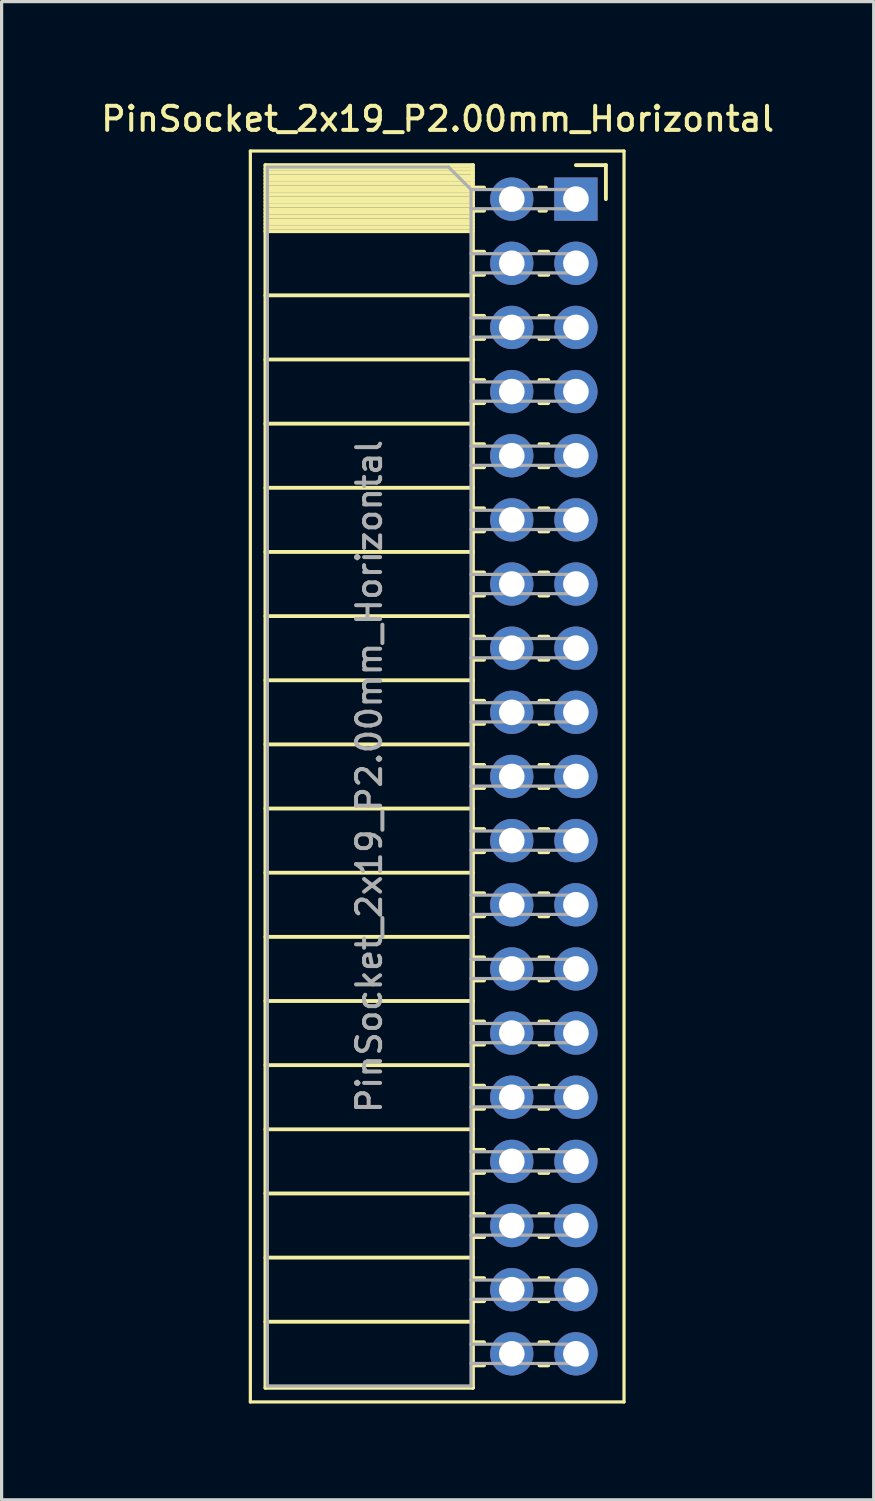
<source format=kicad_pcb>
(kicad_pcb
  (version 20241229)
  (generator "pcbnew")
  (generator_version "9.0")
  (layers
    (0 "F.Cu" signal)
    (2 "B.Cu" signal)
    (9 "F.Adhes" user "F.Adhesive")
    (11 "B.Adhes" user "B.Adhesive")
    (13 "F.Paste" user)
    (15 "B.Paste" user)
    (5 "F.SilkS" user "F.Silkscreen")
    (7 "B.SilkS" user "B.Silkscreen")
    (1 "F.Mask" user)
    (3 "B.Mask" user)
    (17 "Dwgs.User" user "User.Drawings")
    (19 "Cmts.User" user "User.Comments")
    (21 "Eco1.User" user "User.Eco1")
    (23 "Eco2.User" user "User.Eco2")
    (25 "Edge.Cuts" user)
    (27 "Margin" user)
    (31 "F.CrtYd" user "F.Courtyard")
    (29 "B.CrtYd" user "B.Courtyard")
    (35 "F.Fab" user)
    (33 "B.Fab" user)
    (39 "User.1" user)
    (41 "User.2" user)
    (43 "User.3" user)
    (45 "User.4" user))
  (footprint "PinSocket_2x19_P2.00mm_Horizontal"
    (layer "F.Cu")
    (at 14.905 3.158)
    (property "Reference" "PinSocket_2x19_P2.00mm_Horizontal" (at -4.31 -2.5 0) (layer "F.SilkS") (effects (font (size 0.75 0.75) (thickness 0.125))))
    (attr through_hole)
    (fp_line (start -10.15 -1.5) (end -10.15 37.5) (stroke (width 0.1) (type solid)) (layer "F.SilkS"))
    (fp_line (start -10.15 37.5) (end 1.5 37.5) (stroke (width 0.1) (type solid)) (layer "F.SilkS"))
    (fp_line (start -9.68 -1.06) (end -9.68 37.06) (stroke (width 0.12) (type solid)) (layer "F.SilkS"))
    (fp_line (start -9.68 -1.06) (end -3.21 -1.06) (stroke (width 0.12) (type solid)) (layer "F.SilkS"))
    (fp_line (start -9.68 -0.94) (end -3.21 -0.94) (stroke (width 0.12) (type solid)) (layer "F.SilkS"))
    (fp_line (start -9.68 -0.826) (end -3.21 -0.826) (stroke (width 0.12) (type solid)) (layer "F.SilkS"))
    (fp_line (start -9.68 -0.712) (end -3.21 -0.712) (stroke (width 0.12) (type solid)) (layer "F.SilkS"))
    (fp_line (start -9.68 -0.598) (end -3.21 -0.598) (stroke (width 0.12) (type solid)) (layer "F.SilkS"))
    (fp_line (start -9.68 -0.484) (end -3.21 -0.484) (stroke (width 0.12) (type solid)) (layer "F.SilkS"))
    (fp_line (start -9.68 -0.369) (end -3.21 -0.369) (stroke (width 0.12) (type solid)) (layer "F.SilkS"))
    (fp_line (start -9.68 -0.255) (end -3.21 -0.255) (stroke (width 0.12) (type solid)) (layer "F.SilkS"))
    (fp_line (start -9.68 -0.141) (end -3.21 -0.141) (stroke (width 0.12) (type solid)) (layer "F.SilkS"))
    (fp_line (start -9.68 -0.027) (end -3.21 -0.027) (stroke (width 0.12) (type solid)) (layer "F.SilkS"))
    (fp_line (start -9.68 0.087) (end -3.21 0.087) (stroke (width 0.12) (type solid)) (layer "F.SilkS"))
    (fp_line (start -9.68 0.201) (end -3.21 0.201) (stroke (width 0.12) (type solid)) (layer "F.SilkS"))
    (fp_line (start -9.68 0.315) (end -3.21 0.315) (stroke (width 0.12) (type solid)) (layer "F.SilkS"))
    (fp_line (start -9.68 0.429) (end -3.21 0.429) (stroke (width 0.12) (type solid)) (layer "F.SilkS"))
    (fp_line (start -9.68 0.544) (end -3.21 0.544) (stroke (width 0.12) (type solid)) (layer "F.SilkS"))
    (fp_line (start -9.68 0.658) (end -3.21 0.658) (stroke (width 0.12) (type solid)) (layer "F.SilkS"))
    (fp_line (start -9.68 0.772) (end -3.21 0.772) (stroke (width 0.12) (type solid)) (layer "F.SilkS"))
    (fp_line (start -9.68 0.886) (end -3.21 0.886) (stroke (width 0.12) (type solid)) (layer "F.SilkS"))
    (fp_line (start -9.68 1) (end -3.21 1) (stroke (width 0.12) (type solid)) (layer "F.SilkS"))
    (fp_line (start -9.68 3) (end -3.21 3) (stroke (width 0.12) (type solid)) (layer "F.SilkS"))
    (fp_line (start -9.68 5) (end -3.21 5) (stroke (width 0.12) (type solid)) (layer "F.SilkS"))
    (fp_line (start -9.68 7) (end -3.21 7) (stroke (width 0.12) (type solid)) (layer "F.SilkS"))
    (fp_line (start -9.68 9) (end -3.21 9) (stroke (width 0.12) (type solid)) (layer "F.SilkS"))
    (fp_line (start -9.68 11) (end -3.21 11) (stroke (width 0.12) (type solid)) (layer "F.SilkS"))
    (fp_line (start -9.68 13) (end -3.21 13) (stroke (width 0.12) (type solid)) (layer "F.SilkS"))
    (fp_line (start -9.68 15) (end -3.21 15) (stroke (width 0.12) (type solid)) (layer "F.SilkS"))
    (fp_line (start -9.68 17) (end -3.21 17) (stroke (width 0.12) (type solid)) (layer "F.SilkS"))
    (fp_line (start -9.68 19) (end -3.21 19) (stroke (width 0.12) (type solid)) (layer "F.SilkS"))
    (fp_line (start -9.68 21) (end -3.21 21) (stroke (width 0.12) (type solid)) (layer "F.SilkS"))
    (fp_line (start -9.68 23) (end -3.21 23) (stroke (width 0.12) (type solid)) (layer "F.SilkS"))
    (fp_line (start -9.68 25) (end -3.21 25) (stroke (width 0.12) (type solid)) (layer "F.SilkS"))
    (fp_line (start -9.68 27) (end -3.21 27) (stroke (width 0.12) (type solid)) (layer "F.SilkS"))
    (fp_line (start -9.68 29) (end -3.21 29) (stroke (width 0.12) (type solid)) (layer "F.SilkS"))
    (fp_line (start -9.68 31) (end -3.21 31) (stroke (width 0.12) (type solid)) (layer "F.SilkS"))
    (fp_line (start -9.68 33) (end -3.21 33) (stroke (width 0.12) (type solid)) (layer "F.SilkS"))
    (fp_line (start -9.68 35) (end -3.21 35) (stroke (width 0.12) (type solid)) (layer "F.SilkS"))
    (fp_line (start -9.68 37.06) (end -3.21 37.06) (stroke (width 0.12) (type solid)) (layer "F.SilkS"))
    (fp_line (start -3.21 -1.06) (end -3.21 37.06) (stroke (width 0.12) (type solid)) (layer "F.SilkS"))
    (fp_line (start -3.21 -0.36) (end -2.863 -0.36) (stroke (width 0.12) (type solid)) (layer "F.SilkS"))
    (fp_line (start -3.21 0.36) (end -2.863 0.36) (stroke (width 0.12) (type solid)) (layer "F.SilkS"))
    (fp_line (start -3.21 1.64) (end -2.863 1.64) (stroke (width 0.12) (type solid)) (layer "F.SilkS"))
    (fp_line (start -3.21 2.36) (end -2.863 2.36) (stroke (width 0.12) (type solid)) (layer "F.SilkS"))
    (fp_line (start -3.21 3.64) (end -2.863 3.64) (stroke (width 0.12) (type solid)) (layer "F.SilkS"))
    (fp_line (start -3.21 4.36) (end -2.863 4.36) (stroke (width 0.12) (type solid)) (layer "F.SilkS"))
    (fp_line (start -3.21 5.64) (end -2.863 5.64) (stroke (width 0.12) (type solid)) (layer "F.SilkS"))
    (fp_line (start -3.21 6.36) (end -2.863 6.36) (stroke (width 0.12) (type solid)) (layer "F.SilkS"))
    (fp_line (start -3.21 7.64) (end -2.863 7.64) (stroke (width 0.12) (type solid)) (layer "F.SilkS"))
    (fp_line (start -3.21 8.36) (end -2.863 8.36) (stroke (width 0.12) (type solid)) (layer "F.SilkS"))
    (fp_line (start -3.21 9.64) (end -2.863 9.64) (stroke (width 0.12) (type solid)) (layer "F.SilkS"))
    (fp_line (start -3.21 10.36) (end -2.863 10.36) (stroke (width 0.12) (type solid)) (layer "F.SilkS"))
    (fp_line (start -3.21 11.64) (end -2.863 11.64) (stroke (width 0.12) (type solid)) (layer "F.SilkS"))
    (fp_line (start -3.21 12.36) (end -2.863 12.36) (stroke (width 0.12) (type solid)) (layer "F.SilkS"))
    (fp_line (start -3.21 13.64) (end -2.863 13.64) (stroke (width 0.12) (type solid)) (layer "F.SilkS"))
    (fp_line (start -3.21 14.36) (end -2.863 14.36) (stroke (width 0.12) (type solid)) (layer "F.SilkS"))
    (fp_line (start -3.21 15.64) (end -2.863 15.64) (stroke (width 0.12) (type solid)) (layer "F.SilkS"))
    (fp_line (start -3.21 16.36) (end -2.863 16.36) (stroke (width 0.12) (type solid)) (layer "F.SilkS"))
    (fp_line (start -3.21 17.64) (end -2.863 17.64) (stroke (width 0.12) (type solid)) (layer "F.SilkS"))
    (fp_line (start -3.21 18.36) (end -2.863 18.36) (stroke (width 0.12) (type solid)) (layer "F.SilkS"))
    (fp_line (start -3.21 19.64) (end -2.863 19.64) (stroke (width 0.12) (type solid)) (layer "F.SilkS"))
    (fp_line (start -3.21 20.36) (end -2.863 20.36) (stroke (width 0.12) (type solid)) (layer "F.SilkS"))
    (fp_line (start -3.21 21.64) (end -2.863 21.64) (stroke (width 0.12) (type solid)) (layer "F.SilkS"))
    (fp_line (start -3.21 22.36) (end -2.863 22.36) (stroke (width 0.12) (type solid)) (layer "F.SilkS"))
    (fp_line (start -3.21 23.64) (end -2.863 23.64) (stroke (width 0.12) (type solid)) (layer "F.SilkS"))
    (fp_line (start -3.21 24.36) (end -2.863 24.36) (stroke (width 0.12) (type solid)) (layer "F.SilkS"))
    (fp_line (start -3.21 25.64) (end -2.863 25.64) (stroke (width 0.12) (type solid)) (layer "F.SilkS"))
    (fp_line (start -3.21 26.36) (end -2.863 26.36) (stroke (width 0.12) (type solid)) (layer "F.SilkS"))
    (fp_line (start -3.21 27.64) (end -2.863 27.64) (stroke (width 0.12) (type solid)) (layer "F.SilkS"))
    (fp_line (start -3.21 28.36) (end -2.863 28.36) (stroke (width 0.12) (type solid)) (layer "F.SilkS"))
    (fp_line (start -3.21 29.64) (end -2.863 29.64) (stroke (width 0.12) (type solid)) (layer "F.SilkS"))
    (fp_line (start -3.21 30.36) (end -2.863 30.36) (stroke (width 0.12) (type solid)) (layer "F.SilkS"))
    (fp_line (start -3.21 31.64) (end -2.863 31.64) (stroke (width 0.12) (type solid)) (layer "F.SilkS"))
    (fp_line (start -3.21 32.36) (end -2.863 32.36) (stroke (width 0.12) (type solid)) (layer "F.SilkS"))
    (fp_line (start -3.21 33.64) (end -2.863 33.64) (stroke (width 0.12) (type solid)) (layer "F.SilkS"))
    (fp_line (start -3.21 34.36) (end -2.863 34.36) (stroke (width 0.12) (type solid)) (layer "F.SilkS"))
    (fp_line (start -3.21 35.64) (end -2.863 35.64) (stroke (width 0.12) (type solid)) (layer "F.SilkS"))
    (fp_line (start -3.21 36.36) (end -2.863 36.36) (stroke (width 0.12) (type solid)) (layer "F.SilkS"))
    (fp_line (start -1.137 -0.36) (end -0.935 -0.36) (stroke (width 0.12) (type solid)) (layer "F.SilkS"))
    (fp_line (start -1.137 0.36) (end -0.935 0.36) (stroke (width 0.12) (type solid)) (layer "F.SilkS"))
    (fp_line (start -1.137 1.64) (end -0.863 1.64) (stroke (width 0.12) (type solid)) (layer "F.SilkS"))
    (fp_line (start -1.137 2.36) (end -0.863 2.36) (stroke (width 0.12) (type solid)) (layer "F.SilkS"))
    (fp_line (start -1.137 3.64) (end -0.863 3.64) (stroke (width 0.12) (type solid)) (layer "F.SilkS"))
    (fp_line (start -1.137 4.36) (end -0.863 4.36) (stroke (width 0.12) (type solid)) (layer "F.SilkS"))
    (fp_line (start -1.137 5.64) (end -0.863 5.64) (stroke (width 0.12) (type solid)) (layer "F.SilkS"))
    (fp_line (start -1.137 6.36) (end -0.863 6.36) (stroke (width 0.12) (type solid)) (layer "F.SilkS"))
    (fp_line (start -1.137 7.64) (end -0.863 7.64) (stroke (width 0.12) (type solid)) (layer "F.SilkS"))
    (fp_line (start -1.137 8.36) (end -0.863 8.36) (stroke (width 0.12) (type solid)) (layer "F.SilkS"))
    (fp_line (start -1.137 9.64) (end -0.863 9.64) (stroke (width 0.12) (type solid)) (layer "F.SilkS"))
    (fp_line (start -1.137 10.36) (end -0.863 10.36) (stroke (width 0.12) (type solid)) (layer "F.SilkS"))
    (fp_line (start -1.137 11.64) (end -0.863 11.64) (stroke (width 0.12) (type solid)) (layer "F.SilkS"))
    (fp_line (start -1.137 12.36) (end -0.863 12.36) (stroke (width 0.12) (type solid)) (layer "F.SilkS"))
    (fp_line (start -1.137 13.64) (end -0.863 13.64) (stroke (width 0.12) (type solid)) (layer "F.SilkS"))
    (fp_line (start -1.137 14.36) (end -0.863 14.36) (stroke (width 0.12) (type solid)) (layer "F.SilkS"))
    (fp_line (start -1.137 15.64) (end -0.863 15.64) (stroke (width 0.12) (type solid)) (layer "F.SilkS"))
    (fp_line (start -1.137 16.36) (end -0.863 16.36) (stroke (width 0.12) (type solid)) (layer "F.SilkS"))
    (fp_line (start -1.137 17.64) (end -0.863 17.64) (stroke (width 0.12) (type solid)) (layer "F.SilkS"))
    (fp_line (start -1.137 18.36) (end -0.863 18.36) (stroke (width 0.12) (type solid)) (layer "F.SilkS"))
    (fp_line (start -1.137 19.64) (end -0.863 19.64) (stroke (width 0.12) (type solid)) (layer "F.SilkS"))
    (fp_line (start -1.137 20.36) (end -0.863 20.36) (stroke (width 0.12) (type solid)) (layer "F.SilkS"))
    (fp_line (start -1.137 21.64) (end -0.863 21.64) (stroke (width 0.12) (type solid)) (layer "F.SilkS"))
    (fp_line (start -1.137 22.36) (end -0.863 22.36) (stroke (width 0.12) (type solid)) (layer "F.SilkS"))
    (fp_line (start -1.137 23.64) (end -0.863 23.64) (stroke (width 0.12) (type solid)) (layer "F.SilkS"))
    (fp_line (start -1.137 24.36) (end -0.863 24.36) (stroke (width 0.12) (type solid)) (layer "F.SilkS"))
    (fp_line (start -1.137 25.64) (end -0.863 25.64) (stroke (width 0.12) (type solid)) (layer "F.SilkS"))
    (fp_line (start -1.137 26.36) (end -0.863 26.36) (stroke (width 0.12) (type solid)) (layer "F.SilkS"))
    (fp_line (start -1.137 27.64) (end -0.863 27.64) (stroke (width 0.12) (type solid)) (layer "F.SilkS"))
    (fp_line (start -1.137 28.36) (end -0.863 28.36) (stroke (width 0.12) (type solid)) (layer "F.SilkS"))
    (fp_line (start -1.137 29.64) (end -0.863 29.64) (stroke (width 0.12) (type solid)) (layer "F.SilkS"))
    (fp_line (start -1.137 30.36) (end -0.863 30.36) (stroke (width 0.12) (type solid)) (layer "F.SilkS"))
    (fp_line (start -1.137 31.64) (end -0.863 31.64) (stroke (width 0.12) (type solid)) (layer "F.SilkS"))
    (fp_line (start -1.137 32.36) (end -0.863 32.36) (stroke (width 0.12) (type solid)) (layer "F.SilkS"))
    (fp_line (start -1.137 33.64) (end -0.863 33.64) (stroke (width 0.12) (type solid)) (layer "F.SilkS"))
    (fp_line (start -1.137 34.36) (end -0.863 34.36) (stroke (width 0.12) (type solid)) (layer "F.SilkS"))
    (fp_line (start -1.137 35.64) (end -0.863 35.64) (stroke (width 0.12) (type solid)) (layer "F.SilkS"))
    (fp_line (start -1.137 36.36) (end -0.863 36.36) (stroke (width 0.12) (type solid)) (layer "F.SilkS"))
    (fp_line (start 0 -1.06) (end 0.935 -1.06) (stroke (width 0.12) (type solid)) (layer "F.SilkS"))
    (fp_line (start 0.935 -1.06) (end 0.935 0) (stroke (width 0.12) (type solid)) (layer "F.SilkS"))
    (fp_line (start 1.5 -1.5) (end -10.15 -1.5) (stroke (width 0.1) (type solid)) (layer "F.SilkS"))
    (fp_line (start 1.5 37.5) (end 1.5 -1.5) (stroke (width 0.1) (type solid)) (layer "F.SilkS"))
    (fp_line (start -9.62 -1) (end -3.97 -1) (stroke (width 0.1) (type solid)) (layer "F.Fab"))
    (fp_line (start -9.62 37) (end -9.62 -1) (stroke (width 0.1) (type solid)) (layer "F.Fab"))
    (fp_line (start -3.97 -1) (end -3.27 -0.3) (stroke (width 0.1) (type solid)) (layer "F.Fab"))
    (fp_line (start -3.27 -0.3) (end -3.27 37) (stroke (width 0.1) (type solid)) (layer "F.Fab"))
    (fp_line (start -3.27 0.3) (end 0 0.3) (stroke (width 0.1) (type solid)) (layer "F.Fab"))
    (fp_line (start -3.27 2.3) (end 0 2.3) (stroke (width 0.1) (type solid)) (layer "F.Fab"))
    (fp_line (start -3.27 4.3) (end 0 4.3) (stroke (width 0.1) (type solid)) (layer "F.Fab"))
    (fp_line (start -3.27 6.3) (end 0 6.3) (stroke (width 0.1) (type solid)) (layer "F.Fab"))
    (fp_line (start -3.27 8.3) (end 0 8.3) (stroke (width 0.1) (type solid)) (layer "F.Fab"))
    (fp_line (start -3.27 10.3) (end 0 10.3) (stroke (width 0.1) (type solid)) (layer "F.Fab"))
    (fp_line (start -3.27 12.3) (end 0 12.3) (stroke (width 0.1) (type solid)) (layer "F.Fab"))
    (fp_line (start -3.27 14.3) (end 0 14.3) (stroke (width 0.1) (type solid)) (layer "F.Fab"))
    (fp_line (start -3.27 16.3) (end 0 16.3) (stroke (width 0.1) (type solid)) (layer "F.Fab"))
    (fp_line (start -3.27 18.3) (end 0 18.3) (stroke (width 0.1) (type solid)) (layer "F.Fab"))
    (fp_line (start -3.27 20.3) (end 0 20.3) (stroke (width 0.1) (type solid)) (layer "F.Fab"))
    (fp_line (start -3.27 22.3) (end 0 22.3) (stroke (width 0.1) (type solid)) (layer "F.Fab"))
    (fp_line (start -3.27 24.3) (end 0 24.3) (stroke (width 0.1) (type solid)) (layer "F.Fab"))
    (fp_line (start -3.27 26.3) (end 0 26.3) (stroke (width 0.1) (type solid)) (layer "F.Fab"))
    (fp_line (start -3.27 28.3) (end 0 28.3) (stroke (width 0.1) (type solid)) (layer "F.Fab"))
    (fp_line (start -3.27 30.3) (end 0 30.3) (stroke (width 0.1) (type solid)) (layer "F.Fab"))
    (fp_line (start -3.27 32.3) (end 0 32.3) (stroke (width 0.1) (type solid)) (layer "F.Fab"))
    (fp_line (start -3.27 34.3) (end 0 34.3) (stroke (width 0.1) (type solid)) (layer "F.Fab"))
    (fp_line (start -3.27 36.3) (end 0 36.3) (stroke (width 0.1) (type solid)) (layer "F.Fab"))
    (fp_line (start -3.27 37) (end -9.62 37) (stroke (width 0.1) (type solid)) (layer "F.Fab"))
    (fp_line (start 0 -0.3) (end -3.27 -0.3) (stroke (width 0.1) (type solid)) (layer "F.Fab"))
    (fp_line (start 0 0.3) (end 0 -0.3) (stroke (width 0.1) (type solid)) (layer "F.Fab"))
    (fp_line (start 0 1.7) (end -3.27 1.7) (stroke (width 0.1) (type solid)) (layer "F.Fab"))
    (fp_line (start 0 2.3) (end 0 1.7) (stroke (width 0.1) (type solid)) (layer "F.Fab"))
    (fp_line (start 0 3.7) (end -3.27 3.7) (stroke (width 0.1) (type solid)) (layer "F.Fab"))
    (fp_line (start 0 4.3) (end 0 3.7) (stroke (width 0.1) (type solid)) (layer "F.Fab"))
    (fp_line (start 0 5.7) (end -3.27 5.7) (stroke (width 0.1) (type solid)) (layer "F.Fab"))
    (fp_line (start 0 6.3) (end 0 5.7) (stroke (width 0.1) (type solid)) (layer "F.Fab"))
    (fp_line (start 0 7.7) (end -3.27 7.7) (stroke (width 0.1) (type solid)) (layer "F.Fab"))
    (fp_line (start 0 8.3) (end 0 7.7) (stroke (width 0.1) (type solid)) (layer "F.Fab"))
    (fp_line (start 0 9.7) (end -3.27 9.7) (stroke (width 0.1) (type solid)) (layer "F.Fab"))
    (fp_line (start 0 10.3) (end 0 9.7) (stroke (width 0.1) (type solid)) (layer "F.Fab"))
    (fp_line (start 0 11.7) (end -3.27 11.7) (stroke (width 0.1) (type solid)) (layer "F.Fab"))
    (fp_line (start 0 12.3) (end 0 11.7) (stroke (width 0.1) (type solid)) (layer "F.Fab"))
    (fp_line (start 0 13.7) (end -3.27 13.7) (stroke (width 0.1) (type solid)) (layer "F.Fab"))
    (fp_line (start 0 14.3) (end 0 13.7) (stroke (width 0.1) (type solid)) (layer "F.Fab"))
    (fp_line (start 0 15.7) (end -3.27 15.7) (stroke (width 0.1) (type solid)) (layer "F.Fab"))
    (fp_line (start 0 16.3) (end 0 15.7) (stroke (width 0.1) (type solid)) (layer "F.Fab"))
    (fp_line (start 0 17.7) (end -3.27 17.7) (stroke (width 0.1) (type solid)) (layer "F.Fab"))
    (fp_line (start 0 18.3) (end 0 17.7) (stroke (width 0.1) (type solid)) (layer "F.Fab"))
    (fp_line (start 0 19.7) (end -3.27 19.7) (stroke (width 0.1) (type solid)) (layer "F.Fab"))
    (fp_line (start 0 20.3) (end 0 19.7) (stroke (width 0.1) (type solid)) (layer "F.Fab"))
    (fp_line (start 0 21.7) (end -3.27 21.7) (stroke (width 0.1) (type solid)) (layer "F.Fab"))
    (fp_line (start 0 22.3) (end 0 21.7) (stroke (width 0.1) (type solid)) (layer "F.Fab"))
    (fp_line (start 0 23.7) (end -3.27 23.7) (stroke (width 0.1) (type solid)) (layer "F.Fab"))
    (fp_line (start 0 24.3) (end 0 23.7) (stroke (width 0.1) (type solid)) (layer "F.Fab"))
    (fp_line (start 0 25.7) (end -3.27 25.7) (stroke (width 0.1) (type solid)) (layer "F.Fab"))
    (fp_line (start 0 26.3) (end 0 25.7) (stroke (width 0.1) (type solid)) (layer "F.Fab"))
    (fp_line (start 0 27.7) (end -3.27 27.7) (stroke (width 0.1) (type solid)) (layer "F.Fab"))
    (fp_line (start 0 28.3) (end 0 27.7) (stroke (width 0.1) (type solid)) (layer "F.Fab"))
    (fp_line (start 0 29.7) (end -3.27 29.7) (stroke (width 0.1) (type solid)) (layer "F.Fab"))
    (fp_line (start 0 30.3) (end 0 29.7) (stroke (width 0.1) (type solid)) (layer "F.Fab"))
    (fp_line (start 0 31.7) (end -3.27 31.7) (stroke (width 0.1) (type solid)) (layer "F.Fab"))
    (fp_line (start 0 32.3) (end 0 31.7) (stroke (width 0.1) (type solid)) (layer "F.Fab"))
    (fp_line (start 0 33.7) (end -3.27 33.7) (stroke (width 0.1) (type solid)) (layer "F.Fab"))
    (fp_line (start 0 34.3) (end 0 33.7) (stroke (width 0.1) (type solid)) (layer "F.Fab"))
    (fp_line (start 0 35.7) (end -3.27 35.7) (stroke (width 0.1) (type solid)) (layer "F.Fab"))
    (fp_line (start 0 36.3) (end 0 35.7) (stroke (width 0.1) (type solid)) (layer "F.Fab"))
    (fp_text user "${REFERENCE}" (at -6.445 18 90) (layer "F.Fab") (effects (font (size 0.75 0.75) (thickness 0.125))))
    (pad "1" thru_hole rect (at 0 0) (size 1.35 1.35) (drill 0.8) (layers "*.Cu" "*.Mask"))
    (pad "2" thru_hole oval (at -2 0) (size 1.35 1.35) (drill 0.8) (layers "*.Cu" "*.Mask"))
    (pad "3" thru_hole oval (at 0 2) (size 1.35 1.35) (drill 0.8) (layers "*.Cu" "*.Mask"))
    (pad "4" thru_hole oval (at -2 2) (size 1.35 1.35) (drill 0.8) (layers "*.Cu" "*.Mask"))
    (pad "5" thru_hole oval (at 0 4) (size 1.35 1.35) (drill 0.8) (layers "*.Cu" "*.Mask"))
    (pad "6" thru_hole oval (at -2 4) (size 1.35 1.35) (drill 0.8) (layers "*.Cu" "*.Mask"))
    (pad "7" thru_hole oval (at 0 6) (size 1.35 1.35) (drill 0.8) (layers "*.Cu" "*.Mask"))
    (pad "8" thru_hole oval (at -2 6) (size 1.35 1.35) (drill 0.8) (layers "*.Cu" "*.Mask"))
    (pad "9" thru_hole oval (at 0 8) (size 1.35 1.35) (drill 0.8) (layers "*.Cu" "*.Mask"))
    (pad "10" thru_hole oval (at -2 8) (size 1.35 1.35) (drill 0.8) (layers "*.Cu" "*.Mask"))
    (pad "11" thru_hole oval (at 0 10) (size 1.35 1.35) (drill 0.8) (layers "*.Cu" "*.Mask"))
    (pad "12" thru_hole oval (at -2 10) (size 1.35 1.35) (drill 0.8) (layers "*.Cu" "*.Mask"))
    (pad "13" thru_hole oval (at 0 12) (size 1.35 1.35) (drill 0.8) (layers "*.Cu" "*.Mask"))
    (pad "14" thru_hole oval (at -2 12) (size 1.35 1.35) (drill 0.8) (layers "*.Cu" "*.Mask"))
    (pad "15" thru_hole oval (at 0 14) (size 1.35 1.35) (drill 0.8) (layers "*.Cu" "*.Mask"))
    (pad "16" thru_hole oval (at -2 14) (size 1.35 1.35) (drill 0.8) (layers "*.Cu" "*.Mask"))
    (pad "17" thru_hole oval (at 0 16) (size 1.35 1.35) (drill 0.8) (layers "*.Cu" "*.Mask"))
    (pad "18" thru_hole oval (at -2 16) (size 1.35 1.35) (drill 0.8) (layers "*.Cu" "*.Mask"))
    (pad "19" thru_hole oval (at 0 18) (size 1.35 1.35) (drill 0.8) (layers "*.Cu" "*.Mask"))
    (pad "20" thru_hole oval (at -2 18) (size 1.35 1.35) (drill 0.8) (layers "*.Cu" "*.Mask"))
    (pad "21" thru_hole oval (at 0 20) (size 1.35 1.35) (drill 0.8) (layers "*.Cu" "*.Mask"))
    (pad "22" thru_hole oval (at -2 20) (size 1.35 1.35) (drill 0.8) (layers "*.Cu" "*.Mask"))
    (pad "23" thru_hole oval (at 0 22) (size 1.35 1.35) (drill 0.8) (layers "*.Cu" "*.Mask"))
    (pad "24" thru_hole oval (at -2 22) (size 1.35 1.35) (drill 0.8) (layers "*.Cu" "*.Mask"))
    (pad "25" thru_hole oval (at 0 24) (size 1.35 1.35) (drill 0.8) (layers "*.Cu" "*.Mask"))
    (pad "26" thru_hole oval (at -2 24) (size 1.35 1.35) (drill 0.8) (layers "*.Cu" "*.Mask"))
    (pad "27" thru_hole oval (at 0 26) (size 1.35 1.35) (drill 0.8) (layers "*.Cu" "*.Mask"))
    (pad "28" thru_hole oval (at -2 26) (size 1.35 1.35) (drill 0.8) (layers "*.Cu" "*.Mask"))
    (pad "29" thru_hole oval (at 0 28) (size 1.35 1.35) (drill 0.8) (layers "*.Cu" "*.Mask"))
    (pad "30" thru_hole oval (at -2 28) (size 1.35 1.35) (drill 0.8) (layers "*.Cu" "*.Mask"))
    (pad "31" thru_hole oval (at 0 30) (size 1.35 1.35) (drill 0.8) (layers "*.Cu" "*.Mask"))
    (pad "32" thru_hole oval (at -2 30) (size 1.35 1.35) (drill 0.8) (layers "*.Cu" "*.Mask"))
    (pad "33" thru_hole oval (at 0 32) (size 1.35 1.35) (drill 0.8) (layers "*.Cu" "*.Mask"))
    (pad "34" thru_hole oval (at -2 32) (size 1.35 1.35) (drill 0.8) (layers "*.Cu" "*.Mask"))
    (pad "35" thru_hole oval (at 0 34) (size 1.35 1.35) (drill 0.8) (layers "*.Cu" "*.Mask"))
    (pad "36" thru_hole oval (at -2 34) (size 1.35 1.35) (drill 0.8) (layers "*.Cu" "*.Mask"))
    (pad "37" thru_hole oval (at 0 36) (size 1.35 1.35) (drill 0.8) (layers "*.Cu" "*.Mask"))
    (pad "38" thru_hole oval (at -2 36) (size 1.35 1.35) (drill 0.8) (layers "*.Cu" "*.Mask")))
  (gr_rect
    (start -3 -3)
    (end 24.189 43.708)
    (stroke (width 0.1) (type default))
    (fill no)
    (layer "Edge.Cuts")))
</source>
